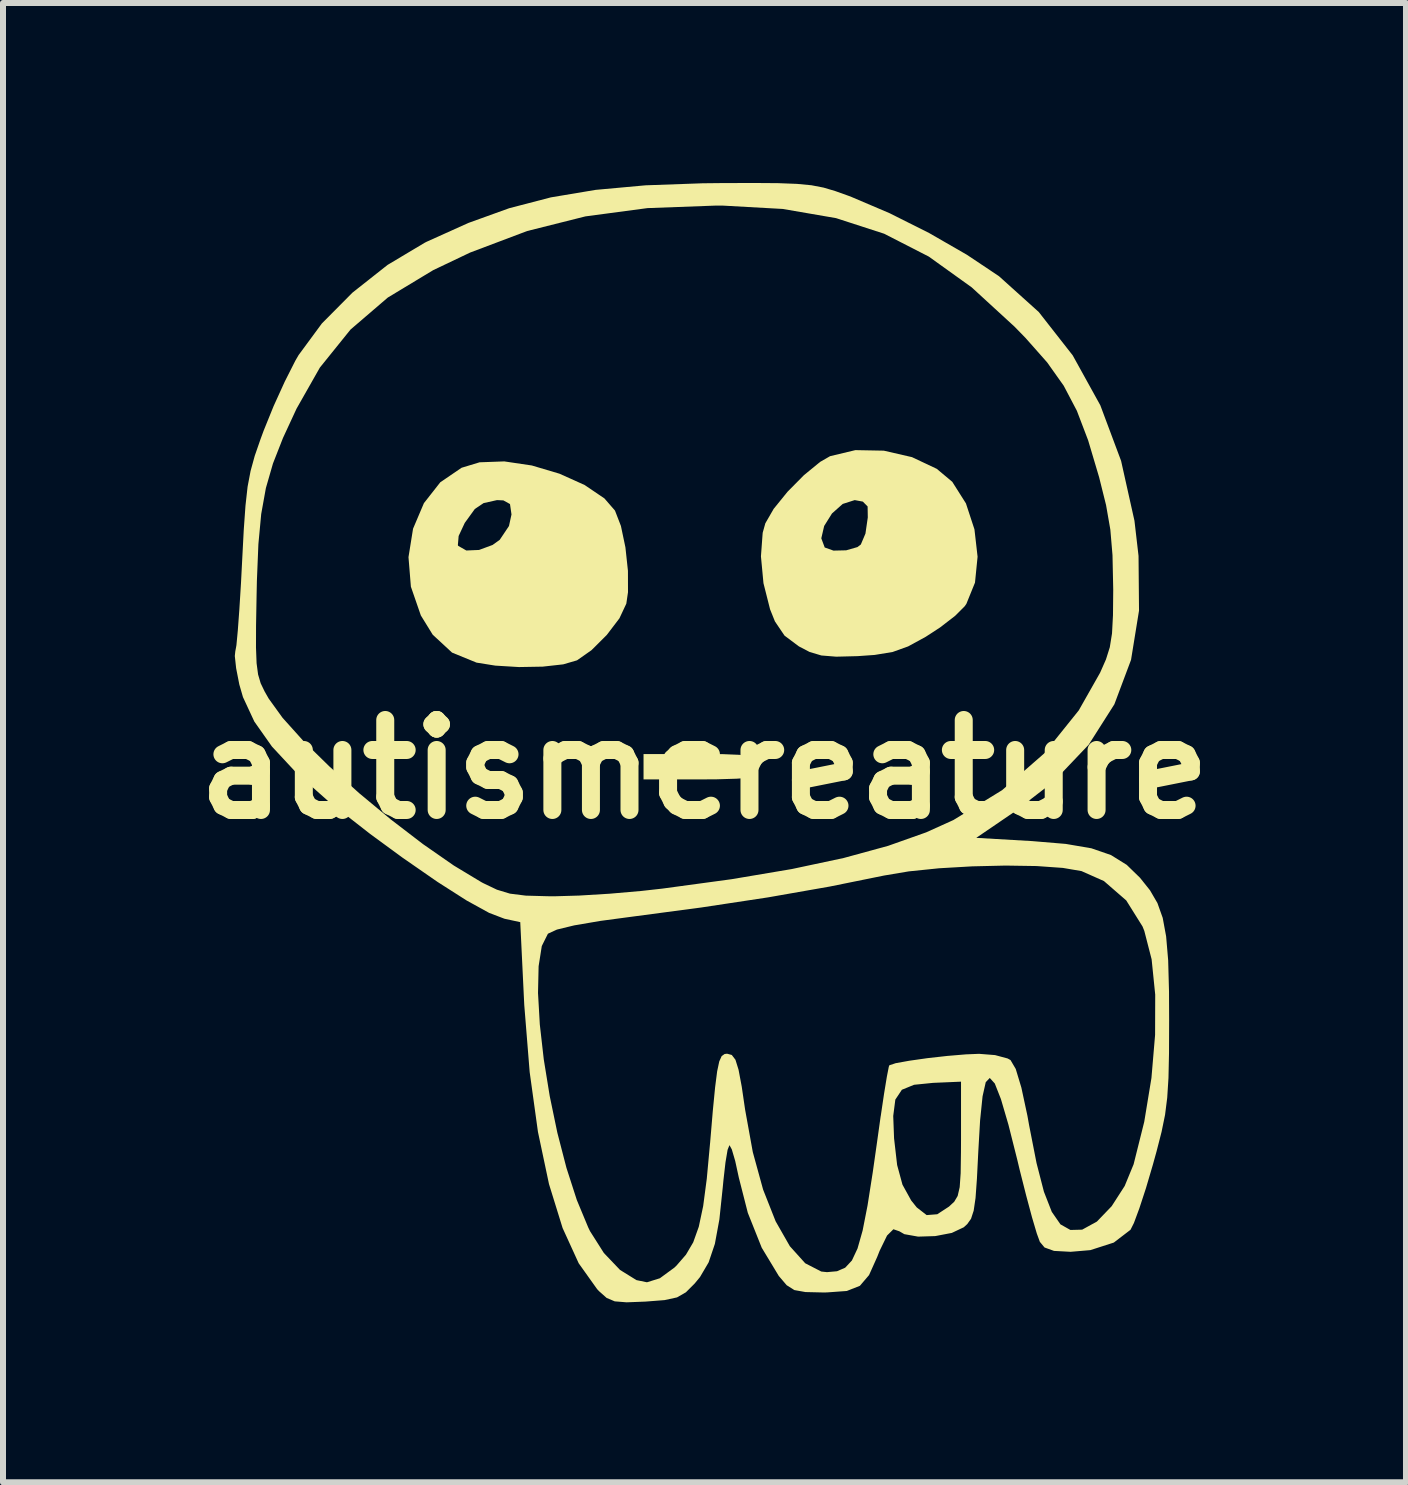
<source format=kicad_pcb>
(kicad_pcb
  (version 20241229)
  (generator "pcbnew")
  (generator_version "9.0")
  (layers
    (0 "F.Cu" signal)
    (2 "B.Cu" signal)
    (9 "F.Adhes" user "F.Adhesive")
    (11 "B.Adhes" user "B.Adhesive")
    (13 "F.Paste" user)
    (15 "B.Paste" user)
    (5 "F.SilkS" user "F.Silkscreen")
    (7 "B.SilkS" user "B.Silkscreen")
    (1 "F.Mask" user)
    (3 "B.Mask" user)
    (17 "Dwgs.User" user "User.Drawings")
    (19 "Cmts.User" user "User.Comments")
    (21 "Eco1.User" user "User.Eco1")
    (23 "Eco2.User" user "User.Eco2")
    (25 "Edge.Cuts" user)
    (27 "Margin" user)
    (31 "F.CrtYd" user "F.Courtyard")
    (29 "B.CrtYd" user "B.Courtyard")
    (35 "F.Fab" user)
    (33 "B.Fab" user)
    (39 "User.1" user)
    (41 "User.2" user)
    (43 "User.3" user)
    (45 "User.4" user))
  (footprint "autismcreature"
    (layer "F.Cu")
    (at 8.693 9.773)
    (property "Reference" "autismcreature" (at 0 0 0) (layer "F.SilkS") (effects (font (size 1.5 1.5) (thickness 0.3))))
    (attr board_only exclude_from_pos_files exclude_from_bom)
    (fp_poly (pts (xy 0.313 -0.252) (xy 0.582 -0.241) (xy 0.743 -0.216) (xy 0.828 -0.172) (xy 0.866 -0.105) (xy 0.87 -0.09) (xy 0.885 0.067) (xy 0.866 0.122) (xy 0.767 0.141) (xy 0.535 0.157) (xy 0.208 0.167) (xy -0.099 0.169) (xy -1.016 0.169) (xy -1.016 -0.042) (xy -1.016 -0.254) (xy -0.095 -0.254)) (stroke (width 0) (type solid)) (fill yes) (layer "F.SilkS"))
    (fp_poly (pts (xy -2.878 -5.064) (xy -2.417 -4.927) (xy -1.999 -4.739) (xy -1.668 -4.515) (xy -1.492 -4.312) (xy -1.393 -4.056) (xy -1.318 -3.699) (xy -1.276 -3.308) (xy -1.275 -2.952) (xy -1.303 -2.761) (xy -1.418 -2.516) (xy -1.629 -2.239) (xy -1.884 -1.985) (xy -2.125 -1.816) (xy -2.355 -1.749) (xy -2.697 -1.711) (xy -3.093 -1.704) (xy -3.487 -1.728) (xy -3.8 -1.778) (xy -4.208 -1.945) (xy -4.53 -2.243) (xy -4.728 -2.564) (xy -4.894 -3.044) (xy -4.934 -3.536) (xy -4.902 -3.736) (xy -4.111 -3.736) (xy -4.105 -3.724) (xy -3.97 -3.647) (xy -3.758 -3.656) (xy -3.533 -3.739) (xy -3.413 -3.825) (xy -3.259 -4.055) (xy -3.217 -4.248) (xy -3.242 -4.421) (xy -3.352 -4.482) (xy -3.458 -4.487) (xy -3.682 -4.437) (xy -3.828 -4.339) (xy -3.996 -4.107) (xy -4.098 -3.889) (xy -4.111 -3.736) (xy -4.902 -3.736) (xy -4.858 -4.01) (xy -4.677 -4.436) (xy -4.404 -4.784) (xy -4.049 -5.026) (xy -3.749 -5.117) (xy -3.337 -5.132)) (stroke (width 0) (type solid)) (fill yes) (layer "F.SilkS"))
    (fp_poly (pts (xy 2.989 -5.311) (xy 3.459 -5.203) (xy 3.872 -5.008) (xy 4.13 -4.792) (xy 4.358 -4.432) (xy 4.5 -3.999) (xy 4.552 -3.543) (xy 4.509 -3.112) (xy 4.365 -2.757) (xy 4.337 -2.717) (xy 4.178 -2.558) (xy 3.928 -2.365) (xy 3.687 -2.208) (xy 3.394 -2.048) (xy 3.135 -1.955) (xy 2.836 -1.906) (xy 2.553 -1.886) (xy 2.196 -1.877) (xy 1.948 -1.897) (xy 1.751 -1.956) (xy 1.573 -2.049) (xy 1.334 -2.228) (xy 1.174 -2.465) (xy 1.093 -2.667) (xy 0.983 -3.102) (xy 0.941 -3.549) (xy 0.963 -3.85) (xy 1.947 -3.85) (xy 2.004 -3.697) (xy 2.15 -3.645) (xy 2.362 -3.65) (xy 2.55 -3.704) (xy 2.606 -3.747) (xy 2.683 -3.929) (xy 2.722 -4.198) (xy 2.719 -4.381) (xy 2.639 -4.462) (xy 2.504 -4.487) (xy 2.304 -4.423) (xy 2.125 -4.264) (xy 1.995 -4.056) (xy 1.947 -3.85) (xy 0.963 -3.85) (xy 0.97 -3.942) (xy 1.014 -4.1) (xy 1.153 -4.341) (xy 1.384 -4.626) (xy 1.658 -4.903) (xy 1.928 -5.124) (xy 2.093 -5.219) (xy 2.515 -5.32)) (stroke (width 0) (type solid)) (fill yes) (layer "F.SilkS"))
    (fp_poly (pts (xy 1.227 -9.77) (xy 1.541 -9.758) (xy 1.783 -9.735) (xy 1.985 -9.696) (xy 2.18 -9.638) (xy 2.401 -9.559) (xy 2.455 -9.538) (xy 3.084 -9.27) (xy 3.744 -8.939) (xy 4.371 -8.578) (xy 4.9 -8.225) (xy 4.911 -8.217) (xy 5.572 -7.622) (xy 6.138 -6.899) (xy 6.598 -6.067) (xy 6.944 -5.142) (xy 7.167 -4.143) (xy 7.235 -3.556) (xy 7.243 -2.645) (xy 7.11 -1.824) (xy 6.832 -1.083) (xy 6.404 -0.41) (xy 5.82 0.204) (xy 5.172 0.705) (xy 4.53 1.143) (xy 5.461 1.197) (xy 6.022 1.244) (xy 6.449 1.317) (xy 6.776 1.43) (xy 7.038 1.593) (xy 7.26 1.809) (xy 7.426 2.017) (xy 7.55 2.23) (xy 7.638 2.477) (xy 7.695 2.786) (xy 7.729 3.186) (xy 7.743 3.705) (xy 7.745 4.191) (xy 7.743 4.732) (xy 7.734 5.146) (xy 7.713 5.475) (xy 7.677 5.76) (xy 7.619 6.043) (xy 7.536 6.367) (xy 7.474 6.591) (xy 7.359 6.981) (xy 7.249 7.317) (xy 7.158 7.563) (xy 7.101 7.676) (xy 6.823 7.889) (xy 6.432 8.015) (xy 6.103 8.043) (xy 5.826 8.028) (xy 5.668 7.971) (xy 5.59 7.877) (xy 5.539 7.737) (xy 5.459 7.467) (xy 5.361 7.101) (xy 5.253 6.674) (xy 5.215 6.514) (xy 5.066 5.923) (xy 4.941 5.497) (xy 4.839 5.238) (xy 4.755 5.145) (xy 4.688 5.216) (xy 4.635 5.452) (xy 4.594 5.852) (xy 4.564 6.371) (xy 4.541 6.827) (xy 4.518 7.146) (xy 4.487 7.357) (xy 4.443 7.492) (xy 4.38 7.581) (xy 4.322 7.634) (xy 4.123 7.728) (xy 3.847 7.781) (xy 3.561 7.79) (xy 3.331 7.749) (xy 3.248 7.701) (xy 3.149 7.667) (xy 3.043 7.772) (xy 2.919 8.027) (xy 2.879 8.128) (xy 2.743 8.431) (xy 2.59 8.61) (xy 2.372 8.696) (xy 2.041 8.72) (xy 1.981 8.721) (xy 1.683 8.714) (xy 1.498 8.681) (xy 1.37 8.6) (xy 1.243 8.451) (xy 1.238 8.445) (xy 0.954 7.975) (xy 0.722 7.393) (xy 0.572 6.805) (xy 0.512 6.529) (xy 0.455 6.335) (xy 0.416 6.265) (xy 0.385 6.343) (xy 0.35 6.551) (xy 0.316 6.849) (xy 0.305 6.964) (xy 0.248 7.504) (xy 0.173 7.911) (xy 0.069 8.219) (xy -0.075 8.464) (xy -0.164 8.572) (xy -0.31 8.718) (xy -0.458 8.803) (xy -0.665 8.848) (xy -0.985 8.873) (xy -1.298 8.885) (xy -1.496 8.869) (xy -1.631 8.812) (xy -1.757 8.7) (xy -1.79 8.665) (xy -2.097 8.234) (xy -2.365 7.647) (xy -2.592 6.914) (xy -2.776 6.044) (xy -2.914 5.047) (xy -3.004 3.931) (xy -3.013 3.751) (xy -3.014 3.728) (xy -2.775 3.728) (xy -2.745 4.254) (xy -2.679 4.836) (xy -2.58 5.446) (xy -2.453 6.057) (xy -2.301 6.644) (xy -2.128 7.18) (xy -1.938 7.637) (xy -1.908 7.699) (xy -1.677 8.063) (xy -1.408 8.345) (xy -1.134 8.515) (xy -0.959 8.551) (xy -0.744 8.484) (xy -0.5 8.305) (xy -0.466 8.272) (xy -0.309 8.091) (xy -0.188 7.885) (xy -0.095 7.625) (xy -0.022 7.281) (xy 0.038 6.826) (xy 0.093 6.231) (xy 0.094 6.223) (xy 0.139 5.689) (xy 0.177 5.301) (xy 0.211 5.035) (xy 0.246 4.87) (xy 0.286 4.781) (xy 0.335 4.746) (xy 0.377 4.741) (xy 0.455 4.762) (xy 0.516 4.842) (xy 0.568 5.009) (xy 0.621 5.291) (xy 0.677 5.673) (xy 0.805 6.38) (xy 0.977 7.006) (xy 1.186 7.535) (xy 1.423 7.95) (xy 1.679 8.234) (xy 1.947 8.372) (xy 2.042 8.382) (xy 2.209 8.367) (xy 2.345 8.308) (xy 2.457 8.188) (xy 2.551 7.988) (xy 2.636 7.688) (xy 2.718 7.27) (xy 2.805 6.716) (xy 2.874 6.231) (xy 2.936 5.788) (xy 2.938 5.779) (xy 3.146 5.779) (xy 3.16 6.152) (xy 3.211 6.596) (xy 3.3 6.924) (xy 3.445 7.187) (xy 3.538 7.303) (xy 3.703 7.431) (xy 3.88 7.417) (xy 4.076 7.289) (xy 4.163 7.208) (xy 4.22 7.112) (xy 4.254 6.965) (xy 4.27 6.733) (xy 4.275 6.383) (xy 4.276 6.167) (xy 4.276 5.207) (xy 3.81 5.227) (xy 3.493 5.259) (xy 3.29 5.342) (xy 3.181 5.506) (xy 3.146 5.779) (xy 2.938 5.779) (xy 2.993 5.409) (xy 3.04 5.123) (xy 3.072 4.96) (xy 3.081 4.934) (xy 3.187 4.899) (xy 3.415 4.858) (xy 3.717 4.815) (xy 4.047 4.778) (xy 4.357 4.752) (xy 4.577 4.743) (xy 4.843 4.764) (xy 5.052 4.82) (xy 5.101 4.847) (xy 5.188 4.995) (xy 5.282 5.306) (xy 5.383 5.776) (xy 5.411 5.933) (xy 5.535 6.565) (xy 5.658 7.042) (xy 5.789 7.377) (xy 5.933 7.585) (xy 6.099 7.679) (xy 6.292 7.674) (xy 6.297 7.673) (xy 6.541 7.539) (xy 6.787 7.283) (xy 7.004 6.946) (xy 7.153 6.584) (xy 7.33 5.876) (xy 7.45 5.146) (xy 7.511 4.428) (xy 7.513 3.757) (xy 7.453 3.167) (xy 7.331 2.693) (xy 7.301 2.619) (xy 7.03 2.186) (xy 6.658 1.863) (xy 6.284 1.697) (xy 5.973 1.644) (xy 5.537 1.613) (xy 5.019 1.605) (xy 4.462 1.618) (xy 3.91 1.65) (xy 3.404 1.702) (xy 2.988 1.772) (xy 2.984 1.773) (xy 2.086 1.955) (xy 1.06 2.135) (xy -0.056 2.304) (xy -1.134 2.447) (xy -1.733 2.527) (xy -2.172 2.602) (xy -2.46 2.672) (xy -2.606 2.739) (xy -2.612 2.745) (xy -2.712 2.946) (xy -2.765 3.283) (xy -2.775 3.728) (xy -3.014 3.728) (xy -3.071 2.548) (xy -3.335 2.491) (xy -3.591 2.393) (xy -3.965 2.187) (xy -4.449 1.878) (xy -5.035 1.472) (xy -5.574 1.077) (xy -6.258 0.543) (xy -6.799 0.063) (xy -7.21 -0.379) (xy -7.504 -0.796) (xy -7.693 -1.203) (xy -7.754 -1.414) (xy -7.807 -1.685) (xy -7.829 -1.888) (xy -7.821 -1.965) (xy -7.809 -2.029) (xy -7.476 -2.029) (xy -7.466 -1.768) (xy -7.441 -1.58) (xy -7.398 -1.434) (xy -7.332 -1.297) (xy -7.264 -1.178) (xy -7.033 -0.858) (xy -6.686 -0.472) (xy -6.25 -0.045) (xy -5.754 0.4) (xy -5.225 0.839) (xy -4.691 1.248) (xy -4.179 1.604) (xy -3.718 1.882) (xy -3.688 1.898) (xy -3.46 2.007) (xy -3.242 2.073) (xy -2.979 2.106) (xy -2.616 2.116) (xy -2.504 2.117) (xy -2.089 2.105) (xy -1.58 2.074) (xy -1.052 2.028) (xy -0.703 1.989) (xy 0.453 1.832) (xy 1.455 1.663) (xy 2.319 1.479) (xy 3.061 1.276) (xy 3.696 1.051) (xy 4.149 0.846) (xy 4.961 0.348) (xy 5.663 -0.265) (xy 6.238 -0.981) (xy 6.594 -1.609) (xy 6.692 -1.831) (xy 6.756 -2.034) (xy 6.793 -2.265) (xy 6.809 -2.568) (xy 6.813 -2.99) (xy 6.812 -3.048) (xy 6.801 -3.569) (xy 6.765 -3.995) (xy 6.694 -4.402) (xy 6.579 -4.864) (xy 6.578 -4.868) (xy 6.395 -5.483) (xy 6.207 -5.976) (xy 5.988 -6.393) (xy 5.712 -6.782) (xy 5.352 -7.189) (xy 5.169 -7.377) (xy 4.454 -8.033) (xy 3.739 -8.546) (xy 2.995 -8.927) (xy 2.193 -9.187) (xy 1.305 -9.34) (xy 0.302 -9.396) (xy 0.187 -9.396) (xy -0.951 -9.354) (xy -1.985 -9.216) (xy -2.956 -8.972) (xy -3.907 -8.613) (xy -4.522 -8.32) (xy -5.279 -7.863) (xy -5.9 -7.33) (xy -6.411 -6.696) (xy -6.8 -6.011) (xy -7.026 -5.523) (xy -7.193 -5.097) (xy -7.311 -4.688) (xy -7.389 -4.255) (xy -7.436 -3.752) (xy -7.461 -3.139) (xy -7.466 -2.9) (xy -7.475 -2.396) (xy -7.476 -2.029) (xy -7.809 -2.029) (xy -7.802 -2.069) (xy -7.779 -2.314) (xy -7.753 -2.668) (xy -7.726 -3.103) (xy -7.708 -3.453) (xy -7.68 -3.989) (xy -7.651 -4.395) (xy -7.616 -4.71) (xy -7.566 -4.973) (xy -7.497 -5.224) (xy -7.401 -5.501) (xy -7.348 -5.645) (xy -7.183 -6.052) (xy -6.996 -6.463) (xy -6.821 -6.809) (xy -6.766 -6.904) (xy -6.378 -7.431) (xy -5.868 -7.945) (xy -5.283 -8.407) (xy -4.667 -8.775) (xy -4.634 -8.792) (xy -3.935 -9.107) (xy -3.256 -9.352) (xy -2.561 -9.533) (xy -1.815 -9.658) (xy -0.983 -9.734) (xy -0.029 -9.768) (xy 0.254 -9.771) (xy 0.809 -9.773)) (stroke (width 0) (type solid)) (fill yes) (layer "F.SilkS")))
  (gr_rect
    (start -3 -3)
    (end 20.386 21.658)
    (stroke (width 0.1) (type default))
    (fill no)
    (layer "Edge.Cuts")))
</source>
